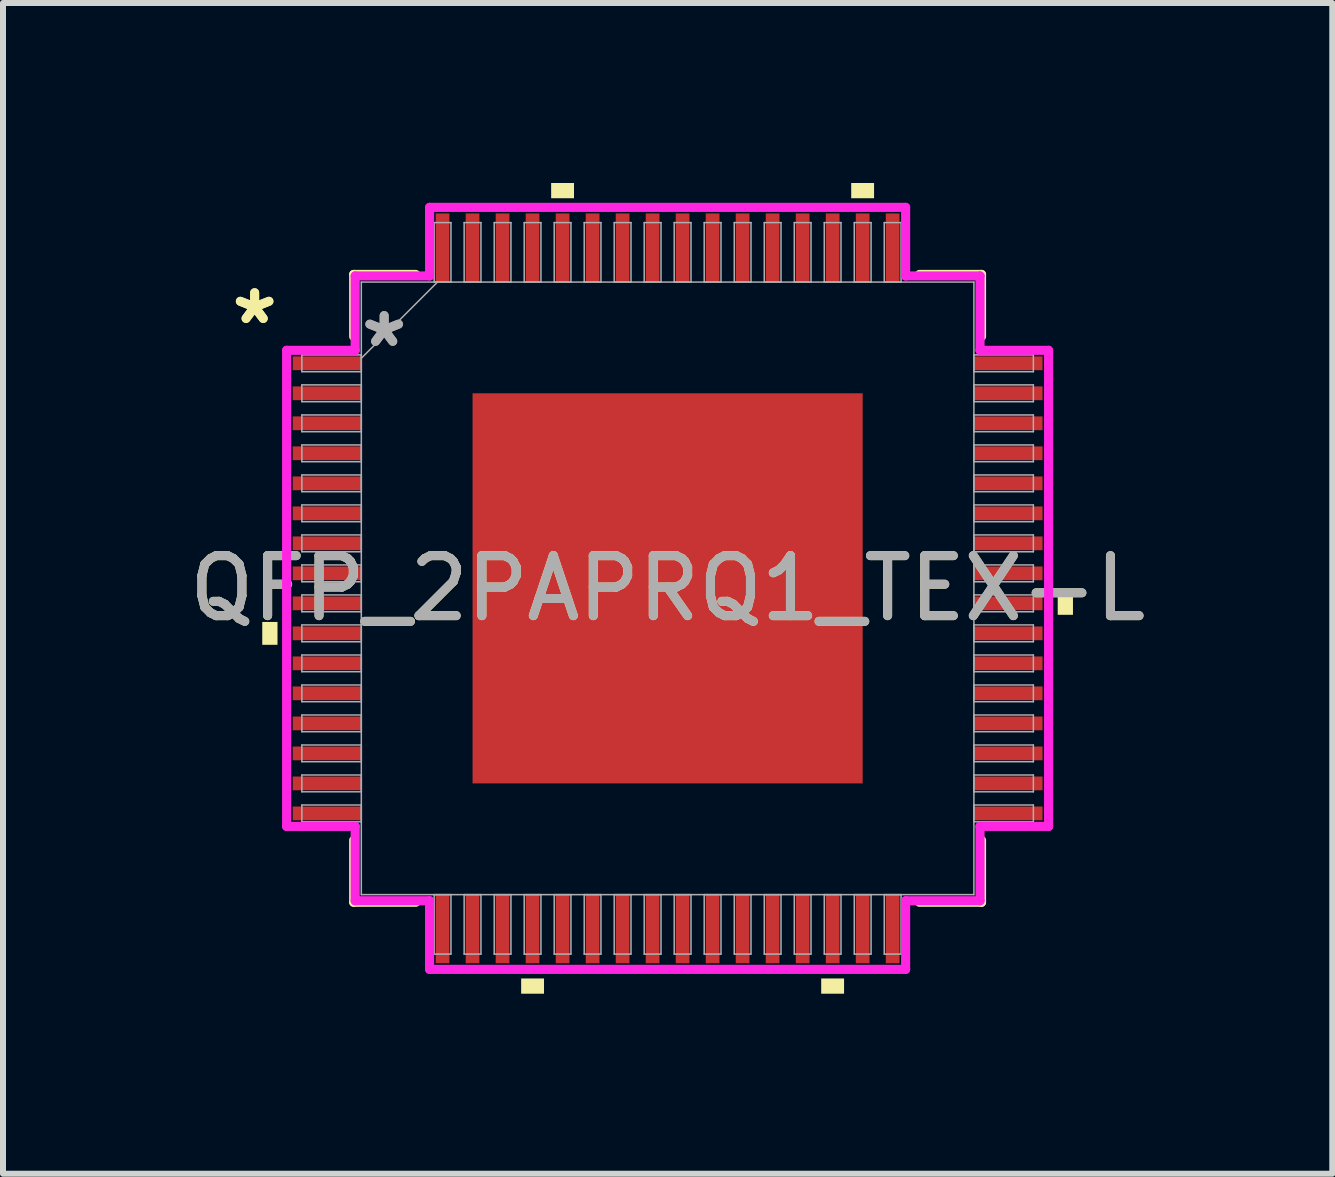
<source format=kicad_pcb>
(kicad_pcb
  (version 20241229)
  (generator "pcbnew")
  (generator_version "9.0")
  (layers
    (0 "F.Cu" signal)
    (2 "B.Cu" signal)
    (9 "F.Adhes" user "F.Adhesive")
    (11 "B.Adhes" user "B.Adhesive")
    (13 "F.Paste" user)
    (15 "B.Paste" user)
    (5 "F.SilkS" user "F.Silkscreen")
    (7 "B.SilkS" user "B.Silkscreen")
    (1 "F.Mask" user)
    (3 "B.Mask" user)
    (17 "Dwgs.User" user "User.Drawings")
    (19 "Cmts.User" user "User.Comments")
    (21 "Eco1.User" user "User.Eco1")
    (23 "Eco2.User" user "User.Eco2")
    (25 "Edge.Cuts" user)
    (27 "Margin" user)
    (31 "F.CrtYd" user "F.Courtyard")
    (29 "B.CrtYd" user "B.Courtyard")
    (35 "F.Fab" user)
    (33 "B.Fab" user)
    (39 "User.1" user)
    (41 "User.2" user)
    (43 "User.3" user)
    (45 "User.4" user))
  (footprint "QFP_2PAPRQ1_TEX-L"
    (layer "F.Cu")
    (at 8.077 6.756)
    (property "Reference" "QFP_2PAPRQ1_TEX-L" (at 0 0 0) (unlocked yes) (layer "F.SilkS") (effects (font (size 1 1) (thickness 0.15))))
    (attr smd)
    (fp_line (start -5.232 -5.232) (end -5.232 -4.198) (stroke (width 0.152) (type solid)) (layer "F.SilkS"))
    (fp_line (start -5.232 4.198) (end -5.232 5.232) (stroke (width 0.152) (type solid)) (layer "F.SilkS"))
    (fp_line (start -5.232 5.232) (end -4.198 5.232) (stroke (width 0.152) (type solid)) (layer "F.SilkS"))
    (fp_line (start -4.198 -5.232) (end -5.232 -5.232) (stroke (width 0.152) (type solid)) (layer "F.SilkS"))
    (fp_line (start 4.198 5.232) (end 5.232 5.232) (stroke (width 0.152) (type solid)) (layer "F.SilkS"))
    (fp_line (start 5.232 -5.232) (end 4.198 -5.232) (stroke (width 0.152) (type solid)) (layer "F.SilkS"))
    (fp_line (start 5.232 -4.198) (end 5.232 -5.232) (stroke (width 0.152) (type solid)) (layer "F.SilkS"))
    (fp_line (start 5.232 5.232) (end 5.232 4.198) (stroke (width 0.152) (type solid)) (layer "F.SilkS"))
    (fp_poly (pts (xy -6.756 0.56) (xy -6.756 0.941) (xy -6.502 0.941) (xy -6.502 0.56)) (stroke (width 0) (type solid)) (fill yes) (layer "F.SilkS"))
    (fp_poly (pts (xy -2.441 6.502) (xy -2.441 6.756) (xy -2.06 6.756) (xy -2.06 6.502)) (stroke (width 0) (type solid)) (fill yes) (layer "F.SilkS"))
    (fp_poly (pts (xy -1.941 -6.502) (xy -1.941 -6.756) (xy -1.56 -6.756) (xy -1.56 -6.502)) (stroke (width 0) (type solid)) (fill yes) (layer "F.SilkS"))
    (fp_poly (pts (xy 2.56 6.502) (xy 2.56 6.756) (xy 2.941 6.756) (xy 2.941 6.502)) (stroke (width 0) (type solid)) (fill yes) (layer "F.SilkS"))
    (fp_poly (pts (xy 3.06 -6.502) (xy 3.06 -6.756) (xy 3.441 -6.756) (xy 3.441 -6.502)) (stroke (width 0) (type solid)) (fill yes) (layer "F.SilkS"))
    (fp_poly (pts (xy 6.756 0.06) (xy 6.756 0.441) (xy 6.502 0.441) (xy 6.502 0.06)) (stroke (width 0) (type solid)) (fill yes) (layer "F.SilkS"))
    (fp_poly (pts (xy -3.151 -3.151) (xy -3.151 -2.051) (xy -2.051 -2.051) (xy -2.051 -3.151)) (stroke (width 0) (type solid)) (fill yes) (layer "F.Paste"))
    (fp_poly (pts (xy -3.151 -1.851) (xy -3.151 -0.75) (xy -2.051 -0.75) (xy -2.051 -1.851)) (stroke (width 0) (type solid)) (fill yes) (layer "F.Paste"))
    (fp_poly (pts (xy -3.151 -0.55) (xy -3.151 0.55) (xy -2.051 0.55) (xy -2.051 -0.55)) (stroke (width 0) (type solid)) (fill yes) (layer "F.Paste"))
    (fp_poly (pts (xy -3.151 0.75) (xy -3.151 1.851) (xy -2.051 1.851) (xy -2.051 0.75)) (stroke (width 0) (type solid)) (fill yes) (layer "F.Paste"))
    (fp_poly (pts (xy -3.151 2.051) (xy -3.151 3.151) (xy -2.051 3.151) (xy -2.051 2.051)) (stroke (width 0) (type solid)) (fill yes) (layer "F.Paste"))
    (fp_poly (pts (xy -1.851 -3.151) (xy -1.851 -2.051) (xy -0.75 -2.051) (xy -0.75 -3.151)) (stroke (width 0) (type solid)) (fill yes) (layer "F.Paste"))
    (fp_poly (pts (xy -1.851 -1.851) (xy -1.851 -0.75) (xy -0.75 -0.75) (xy -0.75 -1.851)) (stroke (width 0) (type solid)) (fill yes) (layer "F.Paste"))
    (fp_poly (pts (xy -1.851 -0.55) (xy -1.851 0.55) (xy -0.75 0.55) (xy -0.75 -0.55)) (stroke (width 0) (type solid)) (fill yes) (layer "F.Paste"))
    (fp_poly (pts (xy -1.851 0.75) (xy -1.851 1.851) (xy -0.75 1.851) (xy -0.75 0.75)) (stroke (width 0) (type solid)) (fill yes) (layer "F.Paste"))
    (fp_poly (pts (xy -1.851 2.051) (xy -1.851 3.151) (xy -0.75 3.151) (xy -0.75 2.051)) (stroke (width 0) (type solid)) (fill yes) (layer "F.Paste"))
    (fp_poly (pts (xy -0.55 -3.151) (xy -0.55 -2.051) (xy 0.55 -2.051) (xy 0.55 -3.151)) (stroke (width 0) (type solid)) (fill yes) (layer "F.Paste"))
    (fp_poly (pts (xy -0.55 -1.851) (xy -0.55 -0.75) (xy 0.55 -0.75) (xy 0.55 -1.851)) (stroke (width 0) (type solid)) (fill yes) (layer "F.Paste"))
    (fp_poly (pts (xy -0.55 -0.55) (xy -0.55 0.55) (xy 0.55 0.55) (xy 0.55 -0.55)) (stroke (width 0) (type solid)) (fill yes) (layer "F.Paste"))
    (fp_poly (pts (xy -0.55 0.75) (xy -0.55 1.851) (xy 0.55 1.851) (xy 0.55 0.75)) (stroke (width 0) (type solid)) (fill yes) (layer "F.Paste"))
    (fp_poly (pts (xy -0.55 2.051) (xy -0.55 3.151) (xy 0.55 3.151) (xy 0.55 2.051)) (stroke (width 0) (type solid)) (fill yes) (layer "F.Paste"))
    (fp_poly (pts (xy 0.75 -3.151) (xy 0.75 -2.051) (xy 1.851 -2.051) (xy 1.851 -3.151)) (stroke (width 0) (type solid)) (fill yes) (layer "F.Paste"))
    (fp_poly (pts (xy 0.75 -1.851) (xy 0.75 -0.75) (xy 1.851 -0.75) (xy 1.851 -1.851)) (stroke (width 0) (type solid)) (fill yes) (layer "F.Paste"))
    (fp_poly (pts (xy 0.75 -0.55) (xy 0.75 0.55) (xy 1.851 0.55) (xy 1.851 -0.55)) (stroke (width 0) (type solid)) (fill yes) (layer "F.Paste"))
    (fp_poly (pts (xy 0.75 0.75) (xy 0.75 1.851) (xy 1.851 1.851) (xy 1.851 0.75)) (stroke (width 0) (type solid)) (fill yes) (layer "F.Paste"))
    (fp_poly (pts (xy 0.75 2.051) (xy 0.75 3.151) (xy 1.851 3.151) (xy 1.851 2.051)) (stroke (width 0) (type solid)) (fill yes) (layer "F.Paste"))
    (fp_poly (pts (xy 2.051 -3.151) (xy 2.051 -2.051) (xy 3.151 -2.051) (xy 3.151 -3.151)) (stroke (width 0) (type solid)) (fill yes) (layer "F.Paste"))
    (fp_poly (pts (xy 2.051 -1.851) (xy 2.051 -0.75) (xy 3.151 -0.75) (xy 3.151 -1.851)) (stroke (width 0) (type solid)) (fill yes) (layer "F.Paste"))
    (fp_poly (pts (xy 2.051 -0.55) (xy 2.051 0.55) (xy 3.151 0.55) (xy 3.151 -0.55)) (stroke (width 0) (type solid)) (fill yes) (layer "F.Paste"))
    (fp_poly (pts (xy 2.051 0.75) (xy 2.051 1.851) (xy 3.151 1.851) (xy 3.151 0.75)) (stroke (width 0) (type solid)) (fill yes) (layer "F.Paste"))
    (fp_poly (pts (xy 2.051 2.051) (xy 2.051 3.151) (xy 3.151 3.151) (xy 3.151 2.051)) (stroke (width 0) (type solid)) (fill yes) (layer "F.Paste"))
    (fp_line (start -6.35 -3.967) (end -5.207 -3.967) (stroke (width 0.152) (type solid)) (layer "F.CrtYd"))
    (fp_line (start -6.35 3.967) (end -6.35 -3.967) (stroke (width 0.152) (type solid)) (layer "F.CrtYd"))
    (fp_line (start -5.207 -5.207) (end -3.967 -5.207) (stroke (width 0.152) (type solid)) (layer "F.CrtYd"))
    (fp_line (start -5.207 -3.967) (end -5.207 -5.207) (stroke (width 0.152) (type solid)) (layer "F.CrtYd"))
    (fp_line (start -5.207 3.967) (end -6.35 3.967) (stroke (width 0.152) (type solid)) (layer "F.CrtYd"))
    (fp_line (start -5.207 5.207) (end -5.207 3.967) (stroke (width 0.152) (type solid)) (layer "F.CrtYd"))
    (fp_line (start -5.207 5.207) (end -3.967 5.207) (stroke (width 0.152) (type solid)) (layer "F.CrtYd"))
    (fp_line (start -3.967 -6.35) (end 3.967 -6.35) (stroke (width 0.152) (type solid)) (layer "F.CrtYd"))
    (fp_line (start -3.967 -5.207) (end -3.967 -6.35) (stroke (width 0.152) (type solid)) (layer "F.CrtYd"))
    (fp_line (start -3.967 5.207) (end -3.967 6.35) (stroke (width 0.152) (type solid)) (layer "F.CrtYd"))
    (fp_line (start -3.967 6.35) (end 3.967 6.35) (stroke (width 0.152) (type solid)) (layer "F.CrtYd"))
    (fp_line (start 3.967 -6.35) (end 3.967 -5.207) (stroke (width 0.152) (type solid)) (layer "F.CrtYd"))
    (fp_line (start 3.967 -5.207) (end 5.207 -5.207) (stroke (width 0.152) (type solid)) (layer "F.CrtYd"))
    (fp_line (start 3.967 5.207) (end 5.207 5.207) (stroke (width 0.152) (type solid)) (layer "F.CrtYd"))
    (fp_line (start 3.967 6.35) (end 3.967 5.207) (stroke (width 0.152) (type solid)) (layer "F.CrtYd"))
    (fp_line (start 5.207 -3.967) (end 5.207 -5.207) (stroke (width 0.152) (type solid)) (layer "F.CrtYd"))
    (fp_line (start 5.207 3.967) (end 6.35 3.967) (stroke (width 0.152) (type solid)) (layer "F.CrtYd"))
    (fp_line (start 5.207 5.207) (end 5.207 3.967) (stroke (width 0.152) (type solid)) (layer "F.CrtYd"))
    (fp_line (start 6.35 -3.967) (end 5.207 -3.967) (stroke (width 0.152) (type solid)) (layer "F.CrtYd"))
    (fp_line (start 6.35 3.967) (end 6.35 -3.967) (stroke (width 0.152) (type solid)) (layer "F.CrtYd"))
    (fp_line (start -6.096 -3.891) (end -6.096 -3.611) (stroke (width 0.025) (type solid)) (layer "F.Fab"))
    (fp_line (start -6.096 -3.611) (end -5.105 -3.611) (stroke (width 0.025) (type solid)) (layer "F.Fab"))
    (fp_line (start -6.096 -3.391) (end -6.096 -3.111) (stroke (width 0.025) (type solid)) (layer "F.Fab"))
    (fp_line (start -6.096 -3.111) (end -5.105 -3.111) (stroke (width 0.025) (type solid)) (layer "F.Fab"))
    (fp_line (start -6.096 -2.89) (end -6.096 -2.611) (stroke (width 0.025) (type solid)) (layer "F.Fab"))
    (fp_line (start -6.096 -2.611) (end -5.105 -2.611) (stroke (width 0.025) (type solid)) (layer "F.Fab"))
    (fp_line (start -6.096 -2.39) (end -6.096 -2.111) (stroke (width 0.025) (type solid)) (layer "F.Fab"))
    (fp_line (start -6.096 -2.111) (end -5.105 -2.111) (stroke (width 0.025) (type solid)) (layer "F.Fab"))
    (fp_line (start -6.096 -1.89) (end -6.096 -1.611) (stroke (width 0.025) (type solid)) (layer "F.Fab"))
    (fp_line (start -6.096 -1.611) (end -5.105 -1.611) (stroke (width 0.025) (type solid)) (layer "F.Fab"))
    (fp_line (start -6.096 -1.39) (end -6.096 -1.111) (stroke (width 0.025) (type solid)) (layer "F.Fab"))
    (fp_line (start -6.096 -1.111) (end -5.105 -1.111) (stroke (width 0.025) (type solid)) (layer "F.Fab"))
    (fp_line (start -6.096 -0.89) (end -6.096 -0.61) (stroke (width 0.025) (type solid)) (layer "F.Fab"))
    (fp_line (start -6.096 -0.61) (end -5.105 -0.61) (stroke (width 0.025) (type solid)) (layer "F.Fab"))
    (fp_line (start -6.096 -0.39) (end -6.096 -0.11) (stroke (width 0.025) (type solid)) (layer "F.Fab"))
    (fp_line (start -6.096 -0.11) (end -5.105 -0.11) (stroke (width 0.025) (type solid)) (layer "F.Fab"))
    (fp_line (start -6.096 0.11) (end -6.096 0.39) (stroke (width 0.025) (type solid)) (layer "F.Fab"))
    (fp_line (start -6.096 0.39) (end -5.105 0.39) (stroke (width 0.025) (type solid)) (layer "F.Fab"))
    (fp_line (start -6.096 0.61) (end -6.096 0.89) (stroke (width 0.025) (type solid)) (layer "F.Fab"))
    (fp_line (start -6.096 0.89) (end -5.105 0.89) (stroke (width 0.025) (type solid)) (layer "F.Fab"))
    (fp_line (start -6.096 1.111) (end -6.096 1.39) (stroke (width 0.025) (type solid)) (layer "F.Fab"))
    (fp_line (start -6.096 1.39) (end -5.105 1.39) (stroke (width 0.025) (type solid)) (layer "F.Fab"))
    (fp_line (start -6.096 1.611) (end -6.096 1.89) (stroke (width 0.025) (type solid)) (layer "F.Fab"))
    (fp_line (start -6.096 1.89) (end -5.105 1.89) (stroke (width 0.025) (type solid)) (layer "F.Fab"))
    (fp_line (start -6.096 2.111) (end -6.096 2.39) (stroke (width 0.025) (type solid)) (layer "F.Fab"))
    (fp_line (start -6.096 2.39) (end -5.105 2.39) (stroke (width 0.025) (type solid)) (layer "F.Fab"))
    (fp_line (start -6.096 2.611) (end -6.096 2.89) (stroke (width 0.025) (type solid)) (layer "F.Fab"))
    (fp_line (start -6.096 2.89) (end -5.105 2.89) (stroke (width 0.025) (type solid)) (layer "F.Fab"))
    (fp_line (start -6.096 3.111) (end -6.096 3.391) (stroke (width 0.025) (type solid)) (layer "F.Fab"))
    (fp_line (start -6.096 3.391) (end -5.105 3.391) (stroke (width 0.025) (type solid)) (layer "F.Fab"))
    (fp_line (start -6.096 3.611) (end -6.096 3.891) (stroke (width 0.025) (type solid)) (layer "F.Fab"))
    (fp_line (start -6.096 3.891) (end -5.105 3.891) (stroke (width 0.025) (type solid)) (layer "F.Fab"))
    (fp_line (start -5.105 -5.105) (end -5.105 5.105) (stroke (width 0.025) (type solid)) (layer "F.Fab"))
    (fp_line (start -5.105 -3.891) (end -6.096 -3.891) (stroke (width 0.025) (type solid)) (layer "F.Fab"))
    (fp_line (start -5.105 -3.835) (end -3.835 -5.105) (stroke (width 0.025) (type solid)) (layer "F.Fab"))
    (fp_line (start -5.105 -3.611) (end -5.105 -3.891) (stroke (width 0.025) (type solid)) (layer "F.Fab"))
    (fp_line (start -5.105 -3.391) (end -6.096 -3.391) (stroke (width 0.025) (type solid)) (layer "F.Fab"))
    (fp_line (start -5.105 -3.111) (end -5.105 -3.391) (stroke (width 0.025) (type solid)) (layer "F.Fab"))
    (fp_line (start -5.105 -2.89) (end -6.096 -2.89) (stroke (width 0.025) (type solid)) (layer "F.Fab"))
    (fp_line (start -5.105 -2.611) (end -5.105 -2.89) (stroke (width 0.025) (type solid)) (layer "F.Fab"))
    (fp_line (start -5.105 -2.39) (end -6.096 -2.39) (stroke (width 0.025) (type solid)) (layer "F.Fab"))
    (fp_line (start -5.105 -2.111) (end -5.105 -2.39) (stroke (width 0.025) (type solid)) (layer "F.Fab"))
    (fp_line (start -5.105 -1.89) (end -6.096 -1.89) (stroke (width 0.025) (type solid)) (layer "F.Fab"))
    (fp_line (start -5.105 -1.611) (end -5.105 -1.89) (stroke (width 0.025) (type solid)) (layer "F.Fab"))
    (fp_line (start -5.105 -1.39) (end -6.096 -1.39) (stroke (width 0.025) (type solid)) (layer "F.Fab"))
    (fp_line (start -5.105 -1.111) (end -5.105 -1.39) (stroke (width 0.025) (type solid)) (layer "F.Fab"))
    (fp_line (start -5.105 -0.89) (end -6.096 -0.89) (stroke (width 0.025) (type solid)) (layer "F.Fab"))
    (fp_line (start -5.105 -0.61) (end -5.105 -0.89) (stroke (width 0.025) (type solid)) (layer "F.Fab"))
    (fp_line (start -5.105 -0.39) (end -6.096 -0.39) (stroke (width 0.025) (type solid)) (layer "F.Fab"))
    (fp_line (start -5.105 -0.11) (end -5.105 -0.39) (stroke (width 0.025) (type solid)) (layer "F.Fab"))
    (fp_line (start -5.105 0.11) (end -6.096 0.11) (stroke (width 0.025) (type solid)) (layer "F.Fab"))
    (fp_line (start -5.105 0.39) (end -5.105 0.11) (stroke (width 0.025) (type solid)) (layer "F.Fab"))
    (fp_line (start -5.105 0.61) (end -6.096 0.61) (stroke (width 0.025) (type solid)) (layer "F.Fab"))
    (fp_line (start -5.105 0.89) (end -5.105 0.61) (stroke (width 0.025) (type solid)) (layer "F.Fab"))
    (fp_line (start -5.105 1.111) (end -6.096 1.111) (stroke (width 0.025) (type solid)) (layer "F.Fab"))
    (fp_line (start -5.105 1.39) (end -5.105 1.111) (stroke (width 0.025) (type solid)) (layer "F.Fab"))
    (fp_line (start -5.105 1.611) (end -6.096 1.611) (stroke (width 0.025) (type solid)) (layer "F.Fab"))
    (fp_line (start -5.105 1.89) (end -5.105 1.611) (stroke (width 0.025) (type solid)) (layer "F.Fab"))
    (fp_line (start -5.105 2.111) (end -6.096 2.111) (stroke (width 0.025) (type solid)) (layer "F.Fab"))
    (fp_line (start -5.105 2.39) (end -5.105 2.111) (stroke (width 0.025) (type solid)) (layer "F.Fab"))
    (fp_line (start -5.105 2.611) (end -6.096 2.611) (stroke (width 0.025) (type solid)) (layer "F.Fab"))
    (fp_line (start -5.105 2.89) (end -5.105 2.611) (stroke (width 0.025) (type solid)) (layer "F.Fab"))
    (fp_line (start -5.105 3.111) (end -6.096 3.111) (stroke (width 0.025) (type solid)) (layer "F.Fab"))
    (fp_line (start -5.105 3.391) (end -5.105 3.111) (stroke (width 0.025) (type solid)) (layer "F.Fab"))
    (fp_line (start -5.105 3.611) (end -6.096 3.611) (stroke (width 0.025) (type solid)) (layer "F.Fab"))
    (fp_line (start -5.105 3.891) (end -5.105 3.611) (stroke (width 0.025) (type solid)) (layer "F.Fab"))
    (fp_line (start -5.105 5.105) (end 5.105 5.105) (stroke (width 0.025) (type solid)) (layer "F.Fab"))
    (fp_line (start -3.891 -6.096) (end -3.891 -5.105) (stroke (width 0.025) (type solid)) (layer "F.Fab"))
    (fp_line (start -3.891 -5.105) (end -3.611 -5.105) (stroke (width 0.025) (type solid)) (layer "F.Fab"))
    (fp_line (start -3.891 5.105) (end -3.891 6.096) (stroke (width 0.025) (type solid)) (layer "F.Fab"))
    (fp_line (start -3.891 6.096) (end -3.611 6.096) (stroke (width 0.025) (type solid)) (layer "F.Fab"))
    (fp_line (start -3.611 -6.096) (end -3.891 -6.096) (stroke (width 0.025) (type solid)) (layer "F.Fab"))
    (fp_line (start -3.611 -5.105) (end -3.611 -6.096) (stroke (width 0.025) (type solid)) (layer "F.Fab"))
    (fp_line (start -3.611 5.105) (end -3.891 5.105) (stroke (width 0.025) (type solid)) (layer "F.Fab"))
    (fp_line (start -3.611 6.096) (end -3.611 5.105) (stroke (width 0.025) (type solid)) (layer "F.Fab"))
    (fp_line (start -3.391 -6.096) (end -3.391 -5.105) (stroke (width 0.025) (type solid)) (layer "F.Fab"))
    (fp_line (start -3.391 -5.105) (end -3.111 -5.105) (stroke (width 0.025) (type solid)) (layer "F.Fab"))
    (fp_line (start -3.391 5.105) (end -3.391 6.096) (stroke (width 0.025) (type solid)) (layer "F.Fab"))
    (fp_line (start -3.391 6.096) (end -3.111 6.096) (stroke (width 0.025) (type solid)) (layer "F.Fab"))
    (fp_line (start -3.111 -6.096) (end -3.391 -6.096) (stroke (width 0.025) (type solid)) (layer "F.Fab"))
    (fp_line (start -3.111 -5.105) (end -3.111 -6.096) (stroke (width 0.025) (type solid)) (layer "F.Fab"))
    (fp_line (start -3.111 5.105) (end -3.391 5.105) (stroke (width 0.025) (type solid)) (layer "F.Fab"))
    (fp_line (start -3.111 6.096) (end -3.111 5.105) (stroke (width 0.025) (type solid)) (layer "F.Fab"))
    (fp_line (start -2.89 -6.096) (end -2.89 -5.105) (stroke (width 0.025) (type solid)) (layer "F.Fab"))
    (fp_line (start -2.89 -5.105) (end -2.611 -5.105) (stroke (width 0.025) (type solid)) (layer "F.Fab"))
    (fp_line (start -2.89 5.105) (end -2.89 6.096) (stroke (width 0.025) (type solid)) (layer "F.Fab"))
    (fp_line (start -2.89 6.096) (end -2.611 6.096) (stroke (width 0.025) (type solid)) (layer "F.Fab"))
    (fp_line (start -2.611 -6.096) (end -2.89 -6.096) (stroke (width 0.025) (type solid)) (layer "F.Fab"))
    (fp_line (start -2.611 -5.105) (end -2.611 -6.096) (stroke (width 0.025) (type solid)) (layer "F.Fab"))
    (fp_line (start -2.611 5.105) (end -2.89 5.105) (stroke (width 0.025) (type solid)) (layer "F.Fab"))
    (fp_line (start -2.611 6.096) (end -2.611 5.105) (stroke (width 0.025) (type solid)) (layer "F.Fab"))
    (fp_line (start -2.39 -6.096) (end -2.39 -5.105) (stroke (width 0.025) (type solid)) (layer "F.Fab"))
    (fp_line (start -2.39 -5.105) (end -2.111 -5.105) (stroke (width 0.025) (type solid)) (layer "F.Fab"))
    (fp_line (start -2.39 5.105) (end -2.39 6.096) (stroke (width 0.025) (type solid)) (layer "F.Fab"))
    (fp_line (start -2.39 6.096) (end -2.111 6.096) (stroke (width 0.025) (type solid)) (layer "F.Fab"))
    (fp_line (start -2.111 -6.096) (end -2.39 -6.096) (stroke (width 0.025) (type solid)) (layer "F.Fab"))
    (fp_line (start -2.111 -5.105) (end -2.111 -6.096) (stroke (width 0.025) (type solid)) (layer "F.Fab"))
    (fp_line (start -2.111 5.105) (end -2.39 5.105) (stroke (width 0.025) (type solid)) (layer "F.Fab"))
    (fp_line (start -2.111 6.096) (end -2.111 5.105) (stroke (width 0.025) (type solid)) (layer "F.Fab"))
    (fp_line (start -1.89 -6.096) (end -1.89 -5.105) (stroke (width 0.025) (type solid)) (layer "F.Fab"))
    (fp_line (start -1.89 -5.105) (end -1.611 -5.105) (stroke (width 0.025) (type solid)) (layer "F.Fab"))
    (fp_line (start -1.89 5.105) (end -1.89 6.096) (stroke (width 0.025) (type solid)) (layer "F.Fab"))
    (fp_line (start -1.89 6.096) (end -1.611 6.096) (stroke (width 0.025) (type solid)) (layer "F.Fab"))
    (fp_line (start -1.611 -6.096) (end -1.89 -6.096) (stroke (width 0.025) (type solid)) (layer "F.Fab"))
    (fp_line (start -1.611 -5.105) (end -1.611 -6.096) (stroke (width 0.025) (type solid)) (layer "F.Fab"))
    (fp_line (start -1.611 5.105) (end -1.89 5.105) (stroke (width 0.025) (type solid)) (layer "F.Fab"))
    (fp_line (start -1.611 6.096) (end -1.611 5.105) (stroke (width 0.025) (type solid)) (layer "F.Fab"))
    (fp_line (start -1.39 -6.096) (end -1.39 -5.105) (stroke (width 0.025) (type solid)) (layer "F.Fab"))
    (fp_line (start -1.39 -5.105) (end -1.111 -5.105) (stroke (width 0.025) (type solid)) (layer "F.Fab"))
    (fp_line (start -1.39 5.105) (end -1.39 6.096) (stroke (width 0.025) (type solid)) (layer "F.Fab"))
    (fp_line (start -1.39 6.096) (end -1.111 6.096) (stroke (width 0.025) (type solid)) (layer "F.Fab"))
    (fp_line (start -1.111 -6.096) (end -1.39 -6.096) (stroke (width 0.025) (type solid)) (layer "F.Fab"))
    (fp_line (start -1.111 -5.105) (end -1.111 -6.096) (stroke (width 0.025) (type solid)) (layer "F.Fab"))
    (fp_line (start -1.111 5.105) (end -1.39 5.105) (stroke (width 0.025) (type solid)) (layer "F.Fab"))
    (fp_line (start -1.111 6.096) (end -1.111 5.105) (stroke (width 0.025) (type solid)) (layer "F.Fab"))
    (fp_line (start -0.89 -6.096) (end -0.89 -5.105) (stroke (width 0.025) (type solid)) (layer "F.Fab"))
    (fp_line (start -0.89 -5.105) (end -0.61 -5.105) (stroke (width 0.025) (type solid)) (layer "F.Fab"))
    (fp_line (start -0.89 5.105) (end -0.89 6.096) (stroke (width 0.025) (type solid)) (layer "F.Fab"))
    (fp_line (start -0.89 6.096) (end -0.61 6.096) (stroke (width 0.025) (type solid)) (layer "F.Fab"))
    (fp_line (start -0.61 -6.096) (end -0.89 -6.096) (stroke (width 0.025) (type solid)) (layer "F.Fab"))
    (fp_line (start -0.61 -5.105) (end -0.61 -6.096) (stroke (width 0.025) (type solid)) (layer "F.Fab"))
    (fp_line (start -0.61 5.105) (end -0.89 5.105) (stroke (width 0.025) (type solid)) (layer "F.Fab"))
    (fp_line (start -0.61 6.096) (end -0.61 5.105) (stroke (width 0.025) (type solid)) (layer "F.Fab"))
    (fp_line (start -0.39 -6.096) (end -0.39 -5.105) (stroke (width 0.025) (type solid)) (layer "F.Fab"))
    (fp_line (start -0.39 -5.105) (end -0.11 -5.105) (stroke (width 0.025) (type solid)) (layer "F.Fab"))
    (fp_line (start -0.39 5.105) (end -0.39 6.096) (stroke (width 0.025) (type solid)) (layer "F.Fab"))
    (fp_line (start -0.39 6.096) (end -0.11 6.096) (stroke (width 0.025) (type solid)) (layer "F.Fab"))
    (fp_line (start -0.11 -6.096) (end -0.39 -6.096) (stroke (width 0.025) (type solid)) (layer "F.Fab"))
    (fp_line (start -0.11 -5.105) (end -0.11 -6.096) (stroke (width 0.025) (type solid)) (layer "F.Fab"))
    (fp_line (start -0.11 5.105) (end -0.39 5.105) (stroke (width 0.025) (type solid)) (layer "F.Fab"))
    (fp_line (start -0.11 6.096) (end -0.11 5.105) (stroke (width 0.025) (type solid)) (layer "F.Fab"))
    (fp_line (start 0.11 -6.096) (end 0.11 -5.105) (stroke (width 0.025) (type solid)) (layer "F.Fab"))
    (fp_line (start 0.11 -5.105) (end 0.39 -5.105) (stroke (width 0.025) (type solid)) (layer "F.Fab"))
    (fp_line (start 0.11 5.105) (end 0.11 6.096) (stroke (width 0.025) (type solid)) (layer "F.Fab"))
    (fp_line (start 0.11 6.096) (end 0.39 6.096) (stroke (width 0.025) (type solid)) (layer "F.Fab"))
    (fp_line (start 0.39 -6.096) (end 0.11 -6.096) (stroke (width 0.025) (type solid)) (layer "F.Fab"))
    (fp_line (start 0.39 -5.105) (end 0.39 -6.096) (stroke (width 0.025) (type solid)) (layer "F.Fab"))
    (fp_line (start 0.39 5.105) (end 0.11 5.105) (stroke (width 0.025) (type solid)) (layer "F.Fab"))
    (fp_line (start 0.39 6.096) (end 0.39 5.105) (stroke (width 0.025) (type solid)) (layer "F.Fab"))
    (fp_line (start 0.61 -6.096) (end 0.61 -5.105) (stroke (width 0.025) (type solid)) (layer "F.Fab"))
    (fp_line (start 0.61 -5.105) (end 0.89 -5.105) (stroke (width 0.025) (type solid)) (layer "F.Fab"))
    (fp_line (start 0.61 5.105) (end 0.61 6.096) (stroke (width 0.025) (type solid)) (layer "F.Fab"))
    (fp_line (start 0.61 6.096) (end 0.89 6.096) (stroke (width 0.025) (type solid)) (layer "F.Fab"))
    (fp_line (start 0.89 -6.096) (end 0.61 -6.096) (stroke (width 0.025) (type solid)) (layer "F.Fab"))
    (fp_line (start 0.89 -5.105) (end 0.89 -6.096) (stroke (width 0.025) (type solid)) (layer "F.Fab"))
    (fp_line (start 0.89 5.105) (end 0.61 5.105) (stroke (width 0.025) (type solid)) (layer "F.Fab"))
    (fp_line (start 0.89 6.096) (end 0.89 5.105) (stroke (width 0.025) (type solid)) (layer "F.Fab"))
    (fp_line (start 1.111 -6.096) (end 1.111 -5.105) (stroke (width 0.025) (type solid)) (layer "F.Fab"))
    (fp_line (start 1.111 -5.105) (end 1.39 -5.105) (stroke (width 0.025) (type solid)) (layer "F.Fab"))
    (fp_line (start 1.111 5.105) (end 1.111 6.096) (stroke (width 0.025) (type solid)) (layer "F.Fab"))
    (fp_line (start 1.111 6.096) (end 1.39 6.096) (stroke (width 0.025) (type solid)) (layer "F.Fab"))
    (fp_line (start 1.39 -6.096) (end 1.111 -6.096) (stroke (width 0.025) (type solid)) (layer "F.Fab"))
    (fp_line (start 1.39 -5.105) (end 1.39 -6.096) (stroke (width 0.025) (type solid)) (layer "F.Fab"))
    (fp_line (start 1.39 5.105) (end 1.111 5.105) (stroke (width 0.025) (type solid)) (layer "F.Fab"))
    (fp_line (start 1.39 6.096) (end 1.39 5.105) (stroke (width 0.025) (type solid)) (layer "F.Fab"))
    (fp_line (start 1.611 -6.096) (end 1.611 -5.105) (stroke (width 0.025) (type solid)) (layer "F.Fab"))
    (fp_line (start 1.611 -5.105) (end 1.89 -5.105) (stroke (width 0.025) (type solid)) (layer "F.Fab"))
    (fp_line (start 1.611 5.105) (end 1.611 6.096) (stroke (width 0.025) (type solid)) (layer "F.Fab"))
    (fp_line (start 1.611 6.096) (end 1.89 6.096) (stroke (width 0.025) (type solid)) (layer "F.Fab"))
    (fp_line (start 1.89 -6.096) (end 1.611 -6.096) (stroke (width 0.025) (type solid)) (layer "F.Fab"))
    (fp_line (start 1.89 -5.105) (end 1.89 -6.096) (stroke (width 0.025) (type solid)) (layer "F.Fab"))
    (fp_line (start 1.89 5.105) (end 1.611 5.105) (stroke (width 0.025) (type solid)) (layer "F.Fab"))
    (fp_line (start 1.89 6.096) (end 1.89 5.105) (stroke (width 0.025) (type solid)) (layer "F.Fab"))
    (fp_line (start 2.111 -6.096) (end 2.111 -5.105) (stroke (width 0.025) (type solid)) (layer "F.Fab"))
    (fp_line (start 2.111 -5.105) (end 2.39 -5.105) (stroke (width 0.025) (type solid)) (layer "F.Fab"))
    (fp_line (start 2.111 5.105) (end 2.111 6.096) (stroke (width 0.025) (type solid)) (layer "F.Fab"))
    (fp_line (start 2.111 6.096) (end 2.39 6.096) (stroke (width 0.025) (type solid)) (layer "F.Fab"))
    (fp_line (start 2.39 -6.096) (end 2.111 -6.096) (stroke (width 0.025) (type solid)) (layer "F.Fab"))
    (fp_line (start 2.39 -5.105) (end 2.39 -6.096) (stroke (width 0.025) (type solid)) (layer "F.Fab"))
    (fp_line (start 2.39 5.105) (end 2.111 5.105) (stroke (width 0.025) (type solid)) (layer "F.Fab"))
    (fp_line (start 2.39 6.096) (end 2.39 5.105) (stroke (width 0.025) (type solid)) (layer "F.Fab"))
    (fp_line (start 2.611 -6.096) (end 2.611 -5.105) (stroke (width 0.025) (type solid)) (layer "F.Fab"))
    (fp_line (start 2.611 -5.105) (end 2.89 -5.105) (stroke (width 0.025) (type solid)) (layer "F.Fab"))
    (fp_line (start 2.611 5.105) (end 2.611 6.096) (stroke (width 0.025) (type solid)) (layer "F.Fab"))
    (fp_line (start 2.611 6.096) (end 2.89 6.096) (stroke (width 0.025) (type solid)) (layer "F.Fab"))
    (fp_line (start 2.89 -6.096) (end 2.611 -6.096) (stroke (width 0.025) (type solid)) (layer "F.Fab"))
    (fp_line (start 2.89 -5.105) (end 2.89 -6.096) (stroke (width 0.025) (type solid)) (layer "F.Fab"))
    (fp_line (start 2.89 5.105) (end 2.611 5.105) (stroke (width 0.025) (type solid)) (layer "F.Fab"))
    (fp_line (start 2.89 6.096) (end 2.89 5.105) (stroke (width 0.025) (type solid)) (layer "F.Fab"))
    (fp_line (start 3.111 -6.096) (end 3.111 -5.105) (stroke (width 0.025) (type solid)) (layer "F.Fab"))
    (fp_line (start 3.111 -5.105) (end 3.391 -5.105) (stroke (width 0.025) (type solid)) (layer "F.Fab"))
    (fp_line (start 3.111 5.105) (end 3.111 6.096) (stroke (width 0.025) (type solid)) (layer "F.Fab"))
    (fp_line (start 3.111 6.096) (end 3.391 6.096) (stroke (width 0.025) (type solid)) (layer "F.Fab"))
    (fp_line (start 3.391 -6.096) (end 3.111 -6.096) (stroke (width 0.025) (type solid)) (layer "F.Fab"))
    (fp_line (start 3.391 -5.105) (end 3.391 -6.096) (stroke (width 0.025) (type solid)) (layer "F.Fab"))
    (fp_line (start 3.391 5.105) (end 3.111 5.105) (stroke (width 0.025) (type solid)) (layer "F.Fab"))
    (fp_line (start 3.391 6.096) (end 3.391 5.105) (stroke (width 0.025) (type solid)) (layer "F.Fab"))
    (fp_line (start 3.611 -6.096) (end 3.611 -5.105) (stroke (width 0.025) (type solid)) (layer "F.Fab"))
    (fp_line (start 3.611 -5.105) (end 3.891 -5.105) (stroke (width 0.025) (type solid)) (layer "F.Fab"))
    (fp_line (start 3.611 5.105) (end 3.611 6.096) (stroke (width 0.025) (type solid)) (layer "F.Fab"))
    (fp_line (start 3.611 6.096) (end 3.891 6.096) (stroke (width 0.025) (type solid)) (layer "F.Fab"))
    (fp_line (start 3.891 -6.096) (end 3.611 -6.096) (stroke (width 0.025) (type solid)) (layer "F.Fab"))
    (fp_line (start 3.891 -5.105) (end 3.891 -6.096) (stroke (width 0.025) (type solid)) (layer "F.Fab"))
    (fp_line (start 3.891 5.105) (end 3.611 5.105) (stroke (width 0.025) (type solid)) (layer "F.Fab"))
    (fp_line (start 3.891 6.096) (end 3.891 5.105) (stroke (width 0.025) (type solid)) (layer "F.Fab"))
    (fp_line (start 5.105 -5.105) (end -5.105 -5.105) (stroke (width 0.025) (type solid)) (layer "F.Fab"))
    (fp_line (start 5.105 -3.891) (end 5.105 -3.611) (stroke (width 0.025) (type solid)) (layer "F.Fab"))
    (fp_line (start 5.105 -3.611) (end 6.096 -3.611) (stroke (width 0.025) (type solid)) (layer "F.Fab"))
    (fp_line (start 5.105 -3.391) (end 5.105 -3.111) (stroke (width 0.025) (type solid)) (layer "F.Fab"))
    (fp_line (start 5.105 -3.111) (end 6.096 -3.111) (stroke (width 0.025) (type solid)) (layer "F.Fab"))
    (fp_line (start 5.105 -2.89) (end 5.105 -2.611) (stroke (width 0.025) (type solid)) (layer "F.Fab"))
    (fp_line (start 5.105 -2.611) (end 6.096 -2.611) (stroke (width 0.025) (type solid)) (layer "F.Fab"))
    (fp_line (start 5.105 -2.39) (end 5.105 -2.111) (stroke (width 0.025) (type solid)) (layer "F.Fab"))
    (fp_line (start 5.105 -2.111) (end 6.096 -2.111) (stroke (width 0.025) (type solid)) (layer "F.Fab"))
    (fp_line (start 5.105 -1.89) (end 5.105 -1.611) (stroke (width 0.025) (type solid)) (layer "F.Fab"))
    (fp_line (start 5.105 -1.611) (end 6.096 -1.611) (stroke (width 0.025) (type solid)) (layer "F.Fab"))
    (fp_line (start 5.105 -1.39) (end 5.105 -1.111) (stroke (width 0.025) (type solid)) (layer "F.Fab"))
    (fp_line (start 5.105 -1.111) (end 6.096 -1.111) (stroke (width 0.025) (type solid)) (layer "F.Fab"))
    (fp_line (start 5.105 -0.89) (end 5.105 -0.61) (stroke (width 0.025) (type solid)) (layer "F.Fab"))
    (fp_line (start 5.105 -0.61) (end 6.096 -0.61) (stroke (width 0.025) (type solid)) (layer "F.Fab"))
    (fp_line (start 5.105 -0.39) (end 5.105 -0.11) (stroke (width 0.025) (type solid)) (layer "F.Fab"))
    (fp_line (start 5.105 -0.11) (end 6.096 -0.11) (stroke (width 0.025) (type solid)) (layer "F.Fab"))
    (fp_line (start 5.105 0.11) (end 5.105 0.39) (stroke (width 0.025) (type solid)) (layer "F.Fab"))
    (fp_line (start 5.105 0.39) (end 6.096 0.39) (stroke (width 0.025) (type solid)) (layer "F.Fab"))
    (fp_line (start 5.105 0.61) (end 5.105 0.89) (stroke (width 0.025) (type solid)) (layer "F.Fab"))
    (fp_line (start 5.105 0.89) (end 6.096 0.89) (stroke (width 0.025) (type solid)) (layer "F.Fab"))
    (fp_line (start 5.105 1.111) (end 5.105 1.39) (stroke (width 0.025) (type solid)) (layer "F.Fab"))
    (fp_line (start 5.105 1.39) (end 6.096 1.39) (stroke (width 0.025) (type solid)) (layer "F.Fab"))
    (fp_line (start 5.105 1.611) (end 5.105 1.89) (stroke (width 0.025) (type solid)) (layer "F.Fab"))
    (fp_line (start 5.105 1.89) (end 6.096 1.89) (stroke (width 0.025) (type solid)) (layer "F.Fab"))
    (fp_line (start 5.105 2.111) (end 5.105 2.39) (stroke (width 0.025) (type solid)) (layer "F.Fab"))
    (fp_line (start 5.105 2.39) (end 6.096 2.39) (stroke (width 0.025) (type solid)) (layer "F.Fab"))
    (fp_line (start 5.105 2.611) (end 5.105 2.89) (stroke (width 0.025) (type solid)) (layer "F.Fab"))
    (fp_line (start 5.105 2.89) (end 6.096 2.89) (stroke (width 0.025) (type solid)) (layer "F.Fab"))
    (fp_line (start 5.105 3.111) (end 5.105 3.391) (stroke (width 0.025) (type solid)) (layer "F.Fab"))
    (fp_line (start 5.105 3.391) (end 6.096 3.391) (stroke (width 0.025) (type solid)) (layer "F.Fab"))
    (fp_line (start 5.105 3.611) (end 5.105 3.891) (stroke (width 0.025) (type solid)) (layer "F.Fab"))
    (fp_line (start 5.105 3.891) (end 6.096 3.891) (stroke (width 0.025) (type solid)) (layer "F.Fab"))
    (fp_line (start 5.105 5.105) (end 5.105 -5.105) (stroke (width 0.025) (type solid)) (layer "F.Fab"))
    (fp_line (start 6.096 -3.891) (end 5.105 -3.891) (stroke (width 0.025) (type solid)) (layer "F.Fab"))
    (fp_line (start 6.096 -3.611) (end 6.096 -3.891) (stroke (width 0.025) (type solid)) (layer "F.Fab"))
    (fp_line (start 6.096 -3.391) (end 5.105 -3.391) (stroke (width 0.025) (type solid)) (layer "F.Fab"))
    (fp_line (start 6.096 -3.111) (end 6.096 -3.391) (stroke (width 0.025) (type solid)) (layer "F.Fab"))
    (fp_line (start 6.096 -2.89) (end 5.105 -2.89) (stroke (width 0.025) (type solid)) (layer "F.Fab"))
    (fp_line (start 6.096 -2.611) (end 6.096 -2.89) (stroke (width 0.025) (type solid)) (layer "F.Fab"))
    (fp_line (start 6.096 -2.39) (end 5.105 -2.39) (stroke (width 0.025) (type solid)) (layer "F.Fab"))
    (fp_line (start 6.096 -2.111) (end 6.096 -2.39) (stroke (width 0.025) (type solid)) (layer "F.Fab"))
    (fp_line (start 6.096 -1.89) (end 5.105 -1.89) (stroke (width 0.025) (type solid)) (layer "F.Fab"))
    (fp_line (start 6.096 -1.611) (end 6.096 -1.89) (stroke (width 0.025) (type solid)) (layer "F.Fab"))
    (fp_line (start 6.096 -1.39) (end 5.105 -1.39) (stroke (width 0.025) (type solid)) (layer "F.Fab"))
    (fp_line (start 6.096 -1.111) (end 6.096 -1.39) (stroke (width 0.025) (type solid)) (layer "F.Fab"))
    (fp_line (start 6.096 -0.89) (end 5.105 -0.89) (stroke (width 0.025) (type solid)) (layer "F.Fab"))
    (fp_line (start 6.096 -0.61) (end 6.096 -0.89) (stroke (width 0.025) (type solid)) (layer "F.Fab"))
    (fp_line (start 6.096 -0.39) (end 5.105 -0.39) (stroke (width 0.025) (type solid)) (layer "F.Fab"))
    (fp_line (start 6.096 -0.11) (end 6.096 -0.39) (stroke (width 0.025) (type solid)) (layer "F.Fab"))
    (fp_line (start 6.096 0.11) (end 5.105 0.11) (stroke (width 0.025) (type solid)) (layer "F.Fab"))
    (fp_line (start 6.096 0.39) (end 6.096 0.11) (stroke (width 0.025) (type solid)) (layer "F.Fab"))
    (fp_line (start 6.096 0.61) (end 5.105 0.61) (stroke (width 0.025) (type solid)) (layer "F.Fab"))
    (fp_line (start 6.096 0.89) (end 6.096 0.61) (stroke (width 0.025) (type solid)) (layer "F.Fab"))
    (fp_line (start 6.096 1.111) (end 5.105 1.111) (stroke (width 0.025) (type solid)) (layer "F.Fab"))
    (fp_line (start 6.096 1.39) (end 6.096 1.111) (stroke (width 0.025) (type solid)) (layer "F.Fab"))
    (fp_line (start 6.096 1.611) (end 5.105 1.611) (stroke (width 0.025) (type solid)) (layer "F.Fab"))
    (fp_line (start 6.096 1.89) (end 6.096 1.611) (stroke (width 0.025) (type solid)) (layer "F.Fab"))
    (fp_line (start 6.096 2.111) (end 5.105 2.111) (stroke (width 0.025) (type solid)) (layer "F.Fab"))
    (fp_line (start 6.096 2.39) (end 6.096 2.111) (stroke (width 0.025) (type solid)) (layer "F.Fab"))
    (fp_line (start 6.096 2.611) (end 5.105 2.611) (stroke (width 0.025) (type solid)) (layer "F.Fab"))
    (fp_line (start 6.096 2.89) (end 6.096 2.611) (stroke (width 0.025) (type solid)) (layer "F.Fab"))
    (fp_line (start 6.096 3.111) (end 5.105 3.111) (stroke (width 0.025) (type solid)) (layer "F.Fab"))
    (fp_line (start 6.096 3.391) (end 6.096 3.111) (stroke (width 0.025) (type solid)) (layer "F.Fab"))
    (fp_line (start 6.096 3.611) (end 5.105 3.611) (stroke (width 0.025) (type solid)) (layer "F.Fab"))
    (fp_line (start 6.096 3.891) (end 6.096 3.611) (stroke (width 0.025) (type solid)) (layer "F.Fab"))
    (fp_text user "*" (at -6.883 -4.382 0) (unlocked yes) (layer "F.SilkS") (effects (font (size 1 1) (thickness 0.15))))
    (fp_text user "*" (at -6.883 -4.382 0) (layer "F.SilkS") (effects (font (size 1 1) (thickness 0.15))))
    (fp_text user "*" (at -4.724 -4.001 0) (unlocked yes) (layer "F.Fab") (effects (font (size 1 1) (thickness 0.15))))
    (fp_text user "${REFERENCE}" (at 0 0 0) (unlocked yes) (layer "F.Fab") (effects (font (size 1 1) (thickness 0.15))))
    (fp_text user "*" (at -4.724 -4.001 0) (layer "F.Fab") (effects (font (size 1 1) (thickness 0.15))))
    (pad "1" smd rect (at -5.677 -3.751 90) (size 0.229 1.143) (layers "F.Cu" "F.Mask" "F.Paste"))
    (pad "2" smd rect (at -5.677 -3.251 90) (size 0.229 1.143) (layers "F.Cu" "F.Mask" "F.Paste"))
    (pad "3" smd rect (at -5.677 -2.751 90) (size 0.229 1.143) (layers "F.Cu" "F.Mask" "F.Paste"))
    (pad "4" smd rect (at -5.677 -2.251 90) (size 0.229 1.143) (layers "F.Cu" "F.Mask" "F.Paste"))
    (pad "5" smd rect (at -5.677 -1.75 90) (size 0.229 1.143) (layers "F.Cu" "F.Mask" "F.Paste"))
    (pad "6" smd rect (at -5.677 -1.25 90) (size 0.229 1.143) (layers "F.Cu" "F.Mask" "F.Paste"))
    (pad "7" smd rect (at -5.677 -0.75 90) (size 0.229 1.143) (layers "F.Cu" "F.Mask" "F.Paste"))
    (pad "8" smd rect (at -5.677 -0.25 90) (size 0.229 1.143) (layers "F.Cu" "F.Mask" "F.Paste"))
    (pad "9" smd rect (at -5.677 0.25 90) (size 0.229 1.143) (layers "F.Cu" "F.Mask" "F.Paste"))
    (pad "10" smd rect (at -5.677 0.75 90) (size 0.229 1.143) (layers "F.Cu" "F.Mask" "F.Paste"))
    (pad "11" smd rect (at -5.677 1.25 90) (size 0.229 1.143) (layers "F.Cu" "F.Mask" "F.Paste"))
    (pad "12" smd rect (at -5.677 1.75 90) (size 0.229 1.143) (layers "F.Cu" "F.Mask" "F.Paste"))
    (pad "13" smd rect (at -5.677 2.251 90) (size 0.229 1.143) (layers "F.Cu" "F.Mask" "F.Paste"))
    (pad "14" smd rect (at -5.677 2.751 90) (size 0.229 1.143) (layers "F.Cu" "F.Mask" "F.Paste"))
    (pad "15" smd rect (at -5.677 3.251 90) (size 0.229 1.143) (layers "F.Cu" "F.Mask" "F.Paste"))
    (pad "16" smd rect (at -5.677 3.751 90) (size 0.229 1.143) (layers "F.Cu" "F.Mask" "F.Paste"))
    (pad "17" smd rect (at -3.751 5.677) (size 0.229 1.143) (layers "F.Cu" "F.Mask" "F.Paste"))
    (pad "18" smd rect (at -3.251 5.677) (size 0.229 1.143) (layers "F.Cu" "F.Mask" "F.Paste"))
    (pad "19" smd rect (at -2.751 5.677) (size 0.229 1.143) (layers "F.Cu" "F.Mask" "F.Paste"))
    (pad "20" smd rect (at -2.251 5.677) (size 0.229 1.143) (layers "F.Cu" "F.Mask" "F.Paste"))
    (pad "21" smd rect (at -1.75 5.677) (size 0.229 1.143) (layers "F.Cu" "F.Mask" "F.Paste"))
    (pad "22" smd rect (at -1.25 5.677) (size 0.229 1.143) (layers "F.Cu" "F.Mask" "F.Paste"))
    (pad "23" smd rect (at -0.75 5.677) (size 0.229 1.143) (layers "F.Cu" "F.Mask" "F.Paste"))
    (pad "24" smd rect (at -0.25 5.677) (size 0.229 1.143) (layers "F.Cu" "F.Mask" "F.Paste"))
    (pad "25" smd rect (at 0.25 5.677) (size 0.229 1.143) (layers "F.Cu" "F.Mask" "F.Paste"))
    (pad "26" smd rect (at 0.75 5.677) (size 0.229 1.143) (layers "F.Cu" "F.Mask" "F.Paste"))
    (pad "27" smd rect (at 1.25 5.677) (size 0.229 1.143) (layers "F.Cu" "F.Mask" "F.Paste"))
    (pad "28" smd rect (at 1.75 5.677) (size 0.229 1.143) (layers "F.Cu" "F.Mask" "F.Paste"))
    (pad "29" smd rect (at 2.251 5.677) (size 0.229 1.143) (layers "F.Cu" "F.Mask" "F.Paste"))
    (pad "30" smd rect (at 2.751 5.677) (size 0.229 1.143) (layers "F.Cu" "F.Mask" "F.Paste"))
    (pad "31" smd rect (at 3.251 5.677) (size 0.229 1.143) (layers "F.Cu" "F.Mask" "F.Paste"))
    (pad "32" smd rect (at 3.751 5.677) (size 0.229 1.143) (layers "F.Cu" "F.Mask" "F.Paste"))
    (pad "33" smd rect (at 5.677 3.751 90) (size 0.229 1.143) (layers "F.Cu" "F.Mask" "F.Paste"))
    (pad "34" smd rect (at 5.677 3.251 90) (size 0.229 1.143) (layers "F.Cu" "F.Mask" "F.Paste"))
    (pad "35" smd rect (at 5.677 2.751 90) (size 0.229 1.143) (layers "F.Cu" "F.Mask" "F.Paste"))
    (pad "36" smd rect (at 5.677 2.251 90) (size 0.229 1.143) (layers "F.Cu" "F.Mask" "F.Paste"))
    (pad "37" smd rect (at 5.677 1.75 90) (size 0.229 1.143) (layers "F.Cu" "F.Mask" "F.Paste"))
    (pad "38" smd rect (at 5.677 1.25 90) (size 0.229 1.143) (layers "F.Cu" "F.Mask" "F.Paste"))
    (pad "39" smd rect (at 5.677 0.75 90) (size 0.229 1.143) (layers "F.Cu" "F.Mask" "F.Paste"))
    (pad "40" smd rect (at 5.677 0.25 90) (size 0.229 1.143) (layers "F.Cu" "F.Mask" "F.Paste"))
    (pad "41" smd rect (at 5.677 -0.25 90) (size 0.229 1.143) (layers "F.Cu" "F.Mask" "F.Paste"))
    (pad "42" smd rect (at 5.677 -0.75 90) (size 0.229 1.143) (layers "F.Cu" "F.Mask" "F.Paste"))
    (pad "43" smd rect (at 5.677 -1.25 90) (size 0.229 1.143) (layers "F.Cu" "F.Mask" "F.Paste"))
    (pad "44" smd rect (at 5.677 -1.75 90) (size 0.229 1.143) (layers "F.Cu" "F.Mask" "F.Paste"))
    (pad "45" smd rect (at 5.677 -2.251 90) (size 0.229 1.143) (layers "F.Cu" "F.Mask" "F.Paste"))
    (pad "46" smd rect (at 5.677 -2.751 90) (size 0.229 1.143) (layers "F.Cu" "F.Mask" "F.Paste"))
    (pad "47" smd rect (at 5.677 -3.251 90) (size 0.229 1.143) (layers "F.Cu" "F.Mask" "F.Paste"))
    (pad "48" smd rect (at 5.677 -3.751 90) (size 0.229 1.143) (layers "F.Cu" "F.Mask" "F.Paste"))
    (pad "49" smd rect (at 3.751 -5.677) (size 0.229 1.143) (layers "F.Cu" "F.Mask" "F.Paste"))
    (pad "50" smd rect (at 3.251 -5.677) (size 0.229 1.143) (layers "F.Cu" "F.Mask" "F.Paste"))
    (pad "51" smd rect (at 2.751 -5.677) (size 0.229 1.143) (layers "F.Cu" "F.Mask" "F.Paste"))
    (pad "52" smd rect (at 2.251 -5.677) (size 0.229 1.143) (layers "F.Cu" "F.Mask" "F.Paste"))
    (pad "53" smd rect (at 1.75 -5.677) (size 0.229 1.143) (layers "F.Cu" "F.Mask" "F.Paste"))
    (pad "54" smd rect (at 1.25 -5.677) (size 0.229 1.143) (layers "F.Cu" "F.Mask" "F.Paste"))
    (pad "55" smd rect (at 0.75 -5.677) (size 0.229 1.143) (layers "F.Cu" "F.Mask" "F.Paste"))
    (pad "56" smd rect (at 0.25 -5.677) (size 0.229 1.143) (layers "F.Cu" "F.Mask" "F.Paste"))
    (pad "57" smd rect (at -0.25 -5.677) (size 0.229 1.143) (layers "F.Cu" "F.Mask" "F.Paste"))
    (pad "58" smd rect (at -0.75 -5.677) (size 0.229 1.143) (layers "F.Cu" "F.Mask" "F.Paste"))
    (pad "59" smd rect (at -1.25 -5.677) (size 0.229 1.143) (layers "F.Cu" "F.Mask" "F.Paste"))
    (pad "60" smd rect (at -1.75 -5.677) (size 0.229 1.143) (layers "F.Cu" "F.Mask" "F.Paste"))
    (pad "61" smd rect (at -2.251 -5.677) (size 0.229 1.143) (layers "F.Cu" "F.Mask" "F.Paste"))
    (pad "62" smd rect (at -2.751 -5.677) (size 0.229 1.143) (layers "F.Cu" "F.Mask" "F.Paste"))
    (pad "63" smd rect (at -3.251 -5.677) (size 0.229 1.143) (layers "F.Cu" "F.Mask" "F.Paste"))
    (pad "64" smd rect (at -3.751 -5.677) (size 0.229 1.143) (layers "F.Cu" "F.Mask" "F.Paste"))
    (pad "EPAD" smd rect (at 0 0) (size 6.502 6.502) (layers "F.Cu" "F.Mask")))
  (gr_rect
    (start -3 -3)
    (end 19.155 16.513)
    (stroke (width 0.1) (type default))
    (fill no)
    (layer "Edge.Cuts")))
</source>
